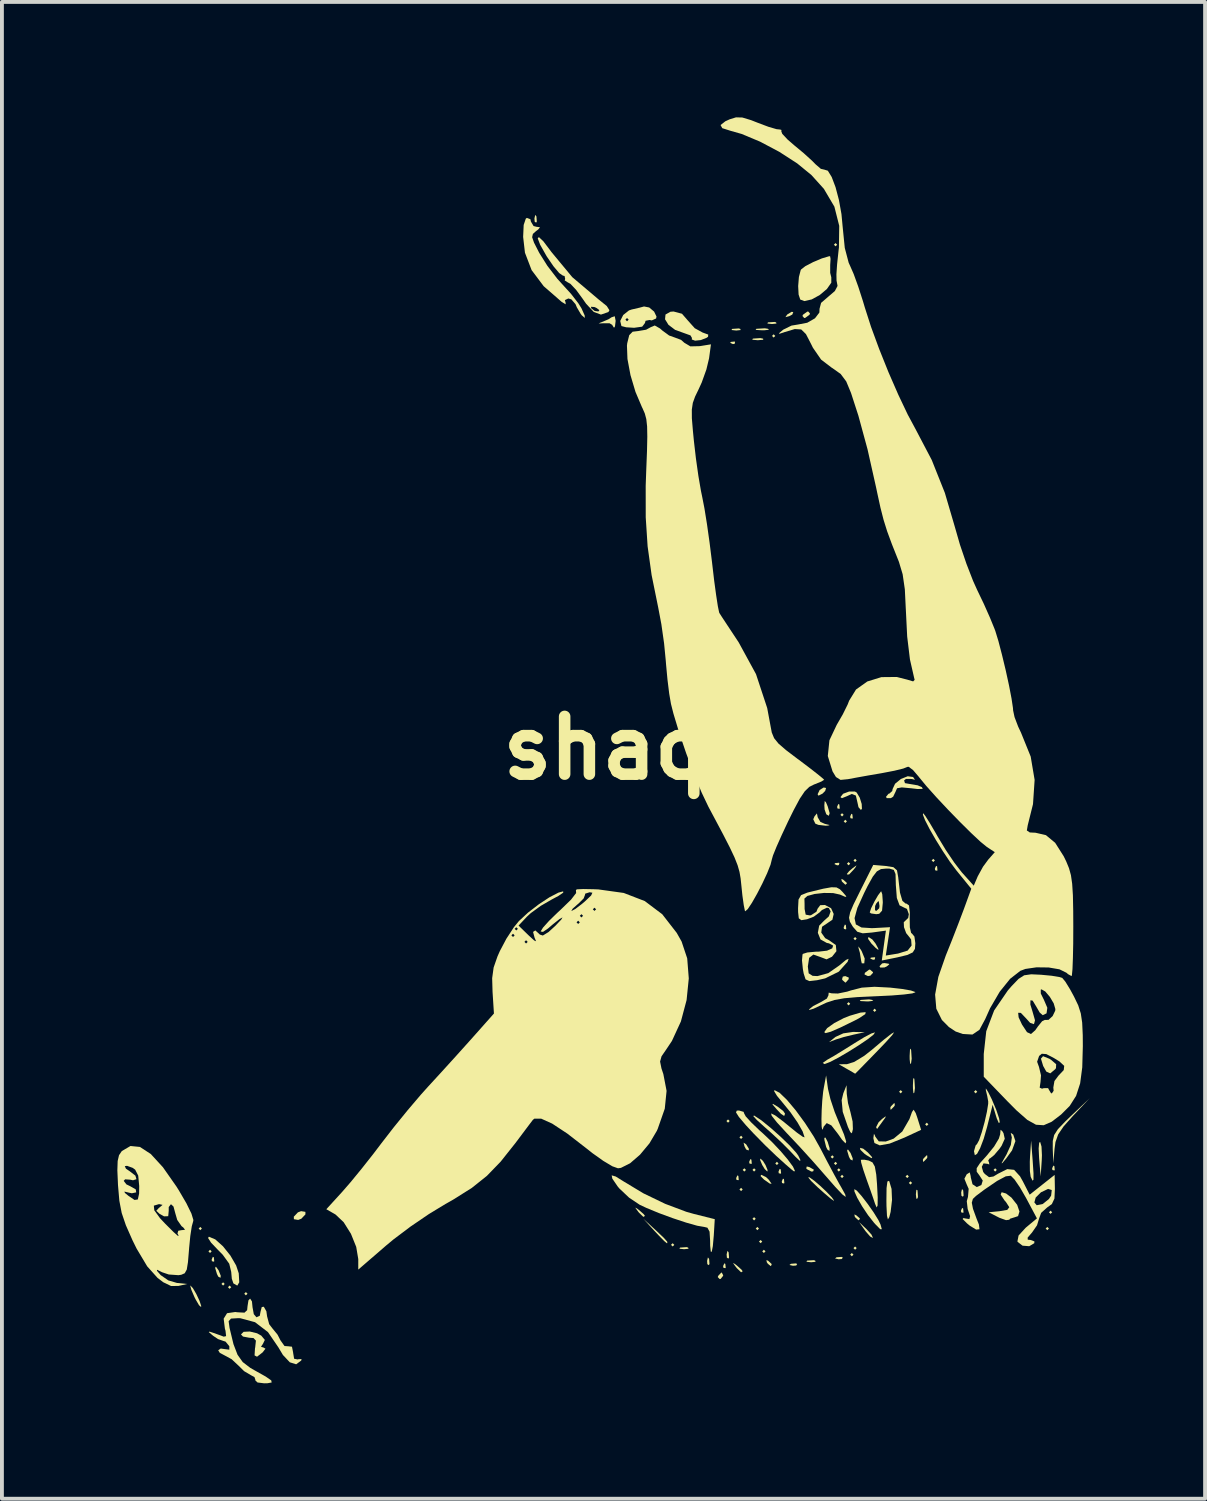
<source format=kicad_pcb>
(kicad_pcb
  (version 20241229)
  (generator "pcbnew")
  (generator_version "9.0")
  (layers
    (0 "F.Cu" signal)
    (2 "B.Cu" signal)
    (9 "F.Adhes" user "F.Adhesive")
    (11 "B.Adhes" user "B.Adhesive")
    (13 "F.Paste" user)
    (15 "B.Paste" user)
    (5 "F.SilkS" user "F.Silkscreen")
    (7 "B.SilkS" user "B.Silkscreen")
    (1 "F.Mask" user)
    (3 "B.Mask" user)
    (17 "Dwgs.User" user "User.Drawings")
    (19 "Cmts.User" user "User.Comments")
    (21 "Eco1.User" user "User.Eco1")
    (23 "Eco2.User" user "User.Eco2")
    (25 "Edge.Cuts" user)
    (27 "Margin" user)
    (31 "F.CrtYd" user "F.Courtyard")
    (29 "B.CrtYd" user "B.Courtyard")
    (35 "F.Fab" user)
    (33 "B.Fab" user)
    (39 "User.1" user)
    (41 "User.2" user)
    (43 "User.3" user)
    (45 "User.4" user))
  (footprint "shaq"
    (layer "F.Cu")
    (at 12.696 16.391)
    (property "Reference" "shaq" (at 0 0 0) (layer "F.SilkS") (effects (font (size 1.5 1.5) (thickness 0.3))))
    (attr board_only exclude_from_pos_files exclude_from_bom)
    (fp_poly (pts (xy -10.499 12.488) (xy -10.541 12.531) (xy -10.583 12.488) (xy -10.541 12.446)) (stroke (width 0) (type solid)) (fill yes) (layer "F.SilkS"))
    (fp_poly (pts (xy -10.245 13.081) (xy -10.287 13.123) (xy -10.329 13.081) (xy -10.287 13.039)) (stroke (width 0) (type solid)) (fill yes) (layer "F.SilkS"))
    (fp_poly (pts (xy -9.906 13.928) (xy -9.948 13.97) (xy -9.991 13.928) (xy -9.948 13.885)) (stroke (width 0) (type solid)) (fill yes) (layer "F.SilkS"))
    (fp_poly (pts (xy -9.737 14.012) (xy -9.779 14.055) (xy -9.821 14.012) (xy -9.779 13.97)) (stroke (width 0) (type solid)) (fill yes) (layer "F.SilkS"))
    (fp_poly (pts (xy -9.313 14.182) (xy -9.356 14.224) (xy -9.398 14.182) (xy -9.356 14.139)) (stroke (width 0) (type solid)) (fill yes) (layer "F.SilkS"))
    (fp_poly (pts (xy 1.778 12.912) (xy 1.736 12.954) (xy 1.693 12.912) (xy 1.736 12.869)) (stroke (width 0) (type solid)) (fill yes) (layer "F.SilkS"))
    (fp_poly (pts (xy 3.217 9.694) (xy 3.175 9.737) (xy 3.133 9.694) (xy 3.175 9.652)) (stroke (width 0) (type solid)) (fill yes) (layer "F.SilkS"))
    (fp_poly (pts (xy 3.556 10.118) (xy 3.514 10.16) (xy 3.471 10.118) (xy 3.514 10.075)) (stroke (width 0) (type solid)) (fill yes) (layer "F.SilkS"))
    (fp_poly (pts (xy 3.556 11.472) (xy 3.514 11.515) (xy 3.471 11.472) (xy 3.514 11.43)) (stroke (width 0) (type solid)) (fill yes) (layer "F.SilkS"))
    (fp_poly (pts (xy 3.641 10.964) (xy 3.598 11.007) (xy 3.556 10.964) (xy 3.598 10.922)) (stroke (width 0) (type solid)) (fill yes) (layer "F.SilkS"))
    (fp_poly (pts (xy 3.895 10.964) (xy 3.852 11.007) (xy 3.81 10.964) (xy 3.852 10.922)) (stroke (width 0) (type solid)) (fill yes) (layer "F.SilkS"))
    (fp_poly (pts (xy 3.895 12.234) (xy 3.852 12.277) (xy 3.81 12.234) (xy 3.852 12.192)) (stroke (width 0) (type solid)) (fill yes) (layer "F.SilkS"))
    (fp_poly (pts (xy 3.979 12.488) (xy 3.937 12.531) (xy 3.895 12.488) (xy 3.937 12.446)) (stroke (width 0) (type solid)) (fill yes) (layer "F.SilkS"))
    (fp_poly (pts (xy 4.064 12.827) (xy 4.022 12.869) (xy 3.979 12.827) (xy 4.022 12.785)) (stroke (width 0) (type solid)) (fill yes) (layer "F.SilkS"))
    (fp_poly (pts (xy 4.149 13.081) (xy 4.106 13.123) (xy 4.064 13.081) (xy 4.106 13.039)) (stroke (width 0) (type solid)) (fill yes) (layer "F.SilkS"))
    (fp_poly (pts (xy 4.403 -10.71) (xy 4.36 -10.668) (xy 4.318 -10.71) (xy 4.36 -10.753)) (stroke (width 0) (type solid)) (fill yes) (layer "F.SilkS"))
    (fp_poly (pts (xy 4.487 10.795) (xy 4.445 10.837) (xy 4.403 10.795) (xy 4.445 10.753)) (stroke (width 0) (type solid)) (fill yes) (layer "F.SilkS"))
    (fp_poly (pts (xy 5.927 10.626) (xy 5.884 10.668) (xy 5.842 10.626) (xy 5.884 10.583)) (stroke (width 0) (type solid)) (fill yes) (layer "F.SilkS"))
    (fp_poly (pts (xy 6.011 -13.081) (xy 5.969 -13.039) (xy 5.927 -13.081) (xy 5.969 -13.123)) (stroke (width 0) (type solid)) (fill yes) (layer "F.SilkS"))
    (fp_poly (pts (xy 6.011 10.795) (xy 5.969 10.837) (xy 5.927 10.795) (xy 5.969 10.753)) (stroke (width 0) (type solid)) (fill yes) (layer "F.SilkS"))
    (fp_poly (pts (xy 6.096 10.964) (xy 6.054 11.007) (xy 6.011 10.964) (xy 6.054 10.922)) (stroke (width 0) (type solid)) (fill yes) (layer "F.SilkS"))
    (fp_poly (pts (xy 6.181 1.736) (xy 6.138 1.778) (xy 6.096 1.736) (xy 6.138 1.693)) (stroke (width 0) (type solid)) (fill yes) (layer "F.SilkS"))
    (fp_poly (pts (xy 6.181 11.134) (xy 6.138 11.176) (xy 6.096 11.134) (xy 6.138 11.091)) (stroke (width 0) (type solid)) (fill yes) (layer "F.SilkS"))
    (fp_poly (pts (xy 6.265 1.905) (xy 6.223 1.947) (xy 6.181 1.905) (xy 6.223 1.863)) (stroke (width 0) (type solid)) (fill yes) (layer "F.SilkS"))
    (fp_poly (pts (xy 6.35 3.006) (xy 6.308 3.048) (xy 6.265 3.006) (xy 6.308 2.963)) (stroke (width 0) (type solid)) (fill yes) (layer "F.SilkS"))
    (fp_poly (pts (xy 6.35 6.646) (xy 6.308 6.689) (xy 6.265 6.646) (xy 6.308 6.604)) (stroke (width 0) (type solid)) (fill yes) (layer "F.SilkS"))
    (fp_poly (pts (xy 6.435 13.166) (xy 6.392 13.208) (xy 6.35 13.166) (xy 6.392 13.123)) (stroke (width 0) (type solid)) (fill yes) (layer "F.SilkS"))
    (fp_poly (pts (xy 6.519 2.921) (xy 6.477 2.963) (xy 6.435 2.921) (xy 6.477 2.879)) (stroke (width 0) (type solid)) (fill yes) (layer "F.SilkS"))
    (fp_poly (pts (xy 6.519 4.953) (xy 6.477 4.995) (xy 6.435 4.953) (xy 6.477 4.911)) (stroke (width 0) (type solid)) (fill yes) (layer "F.SilkS"))
    (fp_poly (pts (xy 6.519 12.996) (xy 6.477 13.039) (xy 6.435 12.996) (xy 6.477 12.954)) (stroke (width 0) (type solid)) (fill yes) (layer "F.SilkS"))
    (fp_poly (pts (xy 7.027 6.816) (xy 6.985 6.858) (xy 6.943 6.816) (xy 6.985 6.773)) (stroke (width 0) (type solid)) (fill yes) (layer "F.SilkS"))
    (fp_poly (pts (xy 7.705 8.932) (xy 7.662 8.975) (xy 7.62 8.932) (xy 7.662 8.89)) (stroke (width 0) (type solid)) (fill yes) (layer "F.SilkS"))
    (fp_poly (pts (xy 7.874 11.134) (xy 7.832 11.176) (xy 7.789 11.134) (xy 7.832 11.091)) (stroke (width 0) (type solid)) (fill yes) (layer "F.SilkS"))
    (fp_poly (pts (xy 7.959 11.303) (xy 7.916 11.345) (xy 7.874 11.303) (xy 7.916 11.261)) (stroke (width 0) (type solid)) (fill yes) (layer "F.SilkS"))
    (fp_poly (pts (xy 8.382 9.779) (xy 8.34 9.821) (xy 8.297 9.779) (xy 8.34 9.737)) (stroke (width 0) (type solid)) (fill yes) (layer "F.SilkS"))
    (fp_poly (pts (xy 8.551 2.921) (xy 8.509 2.963) (xy 8.467 2.921) (xy 8.509 2.879)) (stroke (width 0) (type solid)) (fill yes) (layer "F.SilkS"))
    (fp_poly (pts (xy 9.652 8.932) (xy 9.61 8.975) (xy 9.567 8.932) (xy 9.61 8.89)) (stroke (width 0) (type solid)) (fill yes) (layer "F.SilkS"))
    (fp_poly (pts (xy 10.16 10.964) (xy 10.118 11.007) (xy 10.075 10.964) (xy 10.118 10.922)) (stroke (width 0) (type solid)) (fill yes) (layer "F.SilkS"))
    (fp_poly (pts (xy 11.515 12.488) (xy 11.472 12.531) (xy 11.43 12.488) (xy 11.472 12.446)) (stroke (width 0) (type solid)) (fill yes) (layer "F.SilkS"))
    (fp_poly (pts (xy 11.599 12.065) (xy 11.557 12.107) (xy 11.515 12.065) (xy 11.557 12.023)) (stroke (width 0) (type solid)) (fill yes) (layer "F.SilkS"))
    (fp_poly (pts (xy -10.188 13.236) (xy -10.178 13.337) (xy -10.188 13.349) (xy -10.239 13.337) (xy -10.245 13.293) (xy -10.214 13.223)) (stroke (width 0) (type solid)) (fill yes) (layer "F.SilkS"))
    (fp_poly (pts (xy -1.805 -13.817) (xy -1.795 -13.684) (xy -1.812 -13.654) (xy -1.85 -13.68) (xy -1.856 -13.765) (xy -1.835 -13.856)) (stroke (width 0) (type solid)) (fill yes) (layer "F.SilkS"))
    (fp_poly (pts (xy 2.138 12.983) (xy 2.148 13.013) (xy 2.032 13.025) (xy 1.912 13.012) (xy 1.926 12.983) (xy 2.1 12.971)) (stroke (width 0) (type solid)) (fill yes) (layer "F.SilkS"))
    (fp_poly (pts (xy 2.683 13.277) (xy 2.693 13.409) (xy 2.676 13.439) (xy 2.637 13.414) (xy 2.631 13.328) (xy 2.652 13.238)) (stroke (width 0) (type solid)) (fill yes) (layer "F.SilkS"))
    (fp_poly (pts (xy 3.104 13.406) (xy 3.115 13.506) (xy 3.104 13.518) (xy 3.054 13.507) (xy 3.048 13.462) (xy 3.079 13.392)) (stroke (width 0) (type solid)) (fill yes) (layer "F.SilkS"))
    (fp_poly (pts (xy 3.191 13.107) (xy 3.201 13.24) (xy 3.184 13.27) (xy 3.145 13.244) (xy 3.139 13.159) (xy 3.16 13.068)) (stroke (width 0) (type solid)) (fill yes) (layer "F.SilkS"))
    (fp_poly (pts (xy 3.358 -10.555) (xy 3.347 -10.505) (xy 3.302 -10.499) (xy 3.232 -10.53) (xy 3.246 -10.555) (xy 3.346 -10.565)) (stroke (width 0) (type solid)) (fill yes) (layer "F.SilkS"))
    (fp_poly (pts (xy 3.443 11.12) (xy 3.453 11.22) (xy 3.443 11.232) (xy 3.393 11.221) (xy 3.387 11.176) (xy 3.418 11.106)) (stroke (width 0) (type solid)) (fill yes) (layer "F.SilkS"))
    (fp_poly (pts (xy 3.493 -10.893) (xy 3.503 -10.863) (xy 3.387 -10.851) (xy 3.266 -10.864) (xy 3.281 -10.893) (xy 3.454 -10.905)) (stroke (width 0) (type solid)) (fill yes) (layer "F.SilkS"))
    (fp_poly (pts (xy 3.782 10.696) (xy 3.792 10.797) (xy 3.782 10.809) (xy 3.731 10.797) (xy 3.725 10.753) (xy 3.756 10.683)) (stroke (width 0) (type solid)) (fill yes) (layer "F.SilkS"))
    (fp_poly (pts (xy 4.424 -11.063) (xy 4.434 -11.032) (xy 4.318 -11.02) (xy 4.198 -11.033) (xy 4.212 -11.063) (xy 4.386 -11.074)) (stroke (width 0) (type solid)) (fill yes) (layer "F.SilkS"))
    (fp_poly (pts (xy 4.544 10.95) (xy 4.554 11.051) (xy 4.544 11.063) (xy 4.493 11.051) (xy 4.487 11.007) (xy 4.518 10.937)) (stroke (width 0) (type solid)) (fill yes) (layer "F.SilkS"))
    (fp_poly (pts (xy 4.628 11.204) (xy 4.639 11.305) (xy 4.628 11.317) (xy 4.578 11.305) (xy 4.572 11.261) (xy 4.603 11.191)) (stroke (width 0) (type solid)) (fill yes) (layer "F.SilkS"))
    (fp_poly (pts (xy 4.972 13.411) (xy 4.947 13.449) (xy 4.861 13.455) (xy 4.771 13.435) (xy 4.81 13.404) (xy 4.942 13.394)) (stroke (width 0) (type solid)) (fill yes) (layer "F.SilkS"))
    (fp_poly (pts (xy 5.44 13.321) (xy 5.45 13.352) (xy 5.334 13.364) (xy 5.214 13.351) (xy 5.228 13.321) (xy 5.402 13.31)) (stroke (width 0) (type solid)) (fill yes) (layer "F.SilkS"))
    (fp_poly (pts (xy 6.068 1.468) (xy 6.078 1.568) (xy 6.068 1.58) (xy 6.017 1.569) (xy 6.011 1.524) (xy 6.042 1.454)) (stroke (width 0) (type solid)) (fill yes) (layer "F.SilkS"))
    (fp_poly (pts (xy 6.068 2.992) (xy 6.056 3.042) (xy 6.011 3.048) (xy 5.942 3.017) (xy 5.955 2.992) (xy 6.055 2.981)) (stroke (width 0) (type solid)) (fill yes) (layer "F.SilkS"))
    (fp_poly (pts (xy 6.158 13.242) (xy 6.132 13.28) (xy 6.047 13.286) (xy 5.956 13.265) (xy 5.995 13.235) (xy 6.128 13.225)) (stroke (width 0) (type solid)) (fill yes) (layer "F.SilkS"))
    (fp_poly (pts (xy 6.237 4.6) (xy 6.247 4.701) (xy 6.237 4.713) (xy 6.187 4.701) (xy 6.181 4.657) (xy 6.212 4.587)) (stroke (width 0) (type solid)) (fill yes) (layer "F.SilkS"))
    (fp_poly (pts (xy 6.406 1.722) (xy 6.417 1.822) (xy 6.406 1.834) (xy 6.356 1.823) (xy 6.35 1.778) (xy 6.381 1.708)) (stroke (width 0) (type solid)) (fill yes) (layer "F.SilkS"))
    (fp_poly (pts (xy 6.999 5.447) (xy 6.987 5.497) (xy 6.943 5.503) (xy 6.873 5.472) (xy 6.886 5.447) (xy 6.987 5.437)) (stroke (width 0) (type solid)) (fill yes) (layer "F.SilkS"))
    (fp_poly (pts (xy 8.099 11.493) (xy 8.111 11.667) (xy 8.099 11.705) (xy 8.069 11.716) (xy 8.057 11.599) (xy 8.07 11.479)) (stroke (width 0) (type solid)) (fill yes) (layer "F.SilkS"))
    (fp_poly (pts (xy 8.608 3.076) (xy 8.618 3.177) (xy 8.608 3.189) (xy 8.557 3.177) (xy 8.551 3.133) (xy 8.582 3.063)) (stroke (width 0) (type solid)) (fill yes) (layer "F.SilkS"))
    (fp_poly (pts (xy 9.285 11.966) (xy 9.295 12.067) (xy 9.285 12.079) (xy 9.235 12.067) (xy 9.229 12.023) (xy 9.26 11.953)) (stroke (width 0) (type solid)) (fill yes) (layer "F.SilkS"))
    (fp_poly (pts (xy 9.287 11.499) (xy 9.297 11.631) (xy 9.28 11.661) (xy 9.241 11.636) (xy 9.235 11.55) (xy 9.256 11.46)) (stroke (width 0) (type solid)) (fill yes) (layer "F.SilkS"))
    (fp_poly (pts (xy 11.656 10.866) (xy 11.666 10.966) (xy 11.656 10.978) (xy 11.605 10.967) (xy 11.599 10.922) (xy 11.63 10.852)) (stroke (width 0) (type solid)) (fill yes) (layer "F.SilkS"))
    (fp_poly (pts (xy -10.065 13.574) (xy -10.009 13.714) (xy -10.015 13.768) (xy -10.073 13.738) (xy -10.107 13.67) (xy -10.155 13.51) (xy -10.135 13.478)) (stroke (width 0) (type solid)) (fill yes) (layer "F.SilkS"))
    (fp_poly (pts (xy 3.64 10.296) (xy 3.651 10.307) (xy 3.718 10.418) (xy 3.709 10.459) (xy 3.646 10.433) (xy 3.604 10.354) (xy 3.578 10.255)) (stroke (width 0) (type solid)) (fill yes) (layer "F.SilkS"))
    (fp_poly (pts (xy 4.162 11.15) (xy 4.233 11.218) (xy 4.308 11.326) (xy 4.259 11.319) (xy 4.111 11.216) (xy 4.02 11.124) (xy 4.037 11.091)) (stroke (width 0) (type solid)) (fill yes) (layer "F.SilkS"))
    (fp_poly (pts (xy 4.22 13.327) (xy 4.311 13.412) (xy 4.292 13.461) (xy 4.281 13.462) (xy 4.209 13.402) (xy 4.183 13.364) (xy 4.173 13.306)) (stroke (width 0) (type solid)) (fill yes) (layer "F.SilkS"))
    (fp_poly (pts (xy 4.871 -11.329) (xy 4.845 -11.266) (xy 4.766 -11.224) (xy 4.667 -11.198) (xy 4.708 -11.26) (xy 4.719 -11.271) (xy 4.83 -11.338)) (stroke (width 0) (type solid)) (fill yes) (layer "F.SilkS"))
    (fp_poly (pts (xy 5.287 10.89) (xy 5.406 10.958) (xy 5.386 11.002) (xy 5.339 11.007) (xy 5.224 10.945) (xy 5.208 10.923) (xy 5.221 10.875)) (stroke (width 0) (type solid)) (fill yes) (layer "F.SilkS"))
    (fp_poly (pts (xy 5.723 1.038) (xy 5.7 1.114) (xy 5.632 1.184) (xy 5.526 1.238) (xy 5.503 1.201) (xy 5.556 1.09) (xy 5.661 1.025)) (stroke (width 0) (type solid)) (fill yes) (layer "F.SilkS"))
    (fp_poly (pts (xy 6.168 3.421) (xy 6.258 3.5) (xy 6.265 3.519) (xy 6.225 3.553) (xy 6.141 3.475) (xy 6.13 3.458) (xy 6.12 3.4)) (stroke (width 0) (type solid)) (fill yes) (layer "F.SilkS"))
    (fp_poly (pts (xy 6.36 10.526) (xy 6.416 10.666) (xy 6.411 10.72) (xy 6.353 10.69) (xy 6.318 10.622) (xy 6.27 10.462) (xy 6.29 10.43)) (stroke (width 0) (type solid)) (fill yes) (layer "F.SilkS"))
    (fp_poly (pts (xy 6.506 12.142) (xy 6.596 12.22) (xy 6.604 12.239) (xy 6.564 12.274) (xy 6.48 12.196) (xy 6.469 12.179) (xy 6.459 12.121)) (stroke (width 0) (type solid)) (fill yes) (layer "F.SilkS"))
    (fp_poly (pts (xy -7.809 12.054) (xy -7.808 12.12) (xy -7.915 12.233) (xy -7.997 12.264) (xy -8.108 12.245) (xy -8.11 12.179) (xy -8.003 12.067) (xy -7.921 12.036)) (stroke (width 0) (type solid)) (fill yes) (layer "F.SilkS"))
    (fp_poly (pts (xy 0.806 11.965) (xy 0.868 12.012) (xy 0.985 12.116) (xy 1.016 12.16) (xy 0.975 12.185) (xy 0.862 12.077) (xy 0.836 12.044) (xy 0.763 11.944)) (stroke (width 0) (type solid)) (fill yes) (layer "F.SilkS"))
    (fp_poly (pts (xy 3.047 13.697) (xy 3.048 13.716) (xy 2.983 13.797) (xy 2.958 13.801) (xy 2.908 13.749) (xy 2.921 13.716) (xy 2.997 13.635) (xy 3.011 13.631)) (stroke (width 0) (type solid)) (fill yes) (layer "F.SilkS"))
    (fp_poly (pts (xy 3.346 13.404) (xy 3.408 13.451) (xy 3.525 13.556) (xy 3.556 13.599) (xy 3.515 13.625) (xy 3.402 13.516) (xy 3.376 13.483) (xy 3.303 13.383)) (stroke (width 0) (type solid)) (fill yes) (layer "F.SilkS"))
    (fp_poly (pts (xy 4.084 10.733) (xy 4.149 10.837) (xy 4.203 10.968) (xy 4.197 11.007) (xy 4.129 10.942) (xy 4.064 10.837) (xy 4.009 10.706) (xy 4.016 10.668)) (stroke (width 0) (type solid)) (fill yes) (layer "F.SilkS"))
    (fp_poly (pts (xy 4.087 -10.639) (xy 4.09 -10.611) (xy 3.957 -10.6) (xy 3.937 -10.6) (xy 3.806 -10.612) (xy 3.818 -10.638) (xy 3.833 -10.642) (xy 4.017 -10.654)) (stroke (width 0) (type solid)) (fill yes) (layer "F.SilkS"))
    (fp_poly (pts (xy 4.212 -10.896) (xy 4.239 -10.871) (xy 4.121 -10.858) (xy 4.064 -10.857) (xy 3.91 -10.866) (xy 3.892 -10.888) (xy 3.916 -10.896) (xy 4.131 -10.909)) (stroke (width 0) (type solid)) (fill yes) (layer "F.SilkS"))
    (fp_poly (pts (xy 4.466 9.322) (xy 4.608 9.431) (xy 4.657 9.503) (xy 4.634 9.562) (xy 4.55 9.506) (xy 4.437 9.386) (xy 4.33 9.261) (xy 4.342 9.248)) (stroke (width 0) (type solid)) (fill yes) (layer "F.SilkS"))
    (fp_poly (pts (xy 5.305 -11.293) (xy 5.292 -11.261) (xy 5.18 -11.179) (xy 5.155 -11.176) (xy 5.109 -11.228) (xy 5.122 -11.261) (xy 5.234 -11.342) (xy 5.259 -11.345)) (stroke (width 0) (type solid)) (fill yes) (layer "F.SilkS"))
    (fp_poly (pts (xy 5.721 1.412) (xy 5.765 1.515) (xy 5.816 1.693) (xy 5.794 1.761) (xy 5.729 1.722) (xy 5.685 1.599) (xy 5.678 1.489) (xy 5.688 1.376)) (stroke (width 0) (type solid)) (fill yes) (layer "F.SilkS"))
    (fp_poly (pts (xy 5.765 10.236) (xy 5.814 10.399) (xy 5.812 10.472) (xy 5.759 10.437) (xy 5.725 10.368) (xy 5.681 10.192) (xy 5.678 10.132) (xy 5.707 10.123)) (stroke (width 0) (type solid)) (fill yes) (layer "F.SilkS"))
    (fp_poly (pts (xy 6.314 5.966) (xy 6.308 6.011) (xy 6.235 6.092) (xy 6.223 6.096) (xy 6.156 6.037) (xy 6.138 6.011) (xy 6.158 5.94) (xy 6.223 5.927)) (stroke (width 0) (type solid)) (fill yes) (layer "F.SilkS"))
    (fp_poly (pts (xy 6.493 3.092) (xy 6.445 3.154) (xy 6.322 3.285) (xy 6.267 3.285) (xy 6.265 3.27) (xy 6.323 3.199) (xy 6.413 3.122) (xy 6.514 3.049)) (stroke (width 0) (type solid)) (fill yes) (layer "F.SilkS"))
    (fp_poly (pts (xy 6.688 10.412) (xy 6.809 10.51) (xy 6.922 10.636) (xy 6.905 10.66) (xy 6.768 10.578) (xy 6.726 10.548) (xy 6.616 10.443) (xy 6.604 10.39)) (stroke (width 0) (type solid)) (fill yes) (layer "F.SilkS"))
    (fp_poly (pts (xy 6.778 12.507) (xy 6.903 12.645) (xy 6.94 12.729) (xy 6.938 12.732) (xy 6.87 12.696) (xy 6.753 12.562) (xy 6.74 12.544) (xy 6.58 12.319)) (stroke (width 0) (type solid)) (fill yes) (layer "F.SilkS"))
    (fp_poly (pts (xy 6.921 6.546) (xy 6.948 6.57) (xy 6.831 6.584) (xy 6.773 6.584) (xy 6.619 6.576) (xy 6.601 6.554) (xy 6.625 6.546) (xy 6.84 6.532)) (stroke (width 0) (type solid)) (fill yes) (layer "F.SilkS"))
    (fp_poly (pts (xy 6.925 4.975) (xy 7.008 5.08) (xy 7.078 5.209) (xy 7.084 5.249) (xy 7.011 5.194) (xy 6.9 5.08) (xy 6.814 4.958) (xy 6.825 4.911)) (stroke (width 0) (type solid)) (fill yes) (layer "F.SilkS"))
    (fp_poly (pts (xy 6.94 5.822) (xy 6.943 5.842) (xy 6.874 5.916) (xy 6.811 5.927) (xy 6.723 5.886) (xy 6.731 5.842) (xy 6.839 5.761) (xy 6.863 5.757)) (stroke (width 0) (type solid)) (fill yes) (layer "F.SilkS"))
    (fp_poly (pts (xy 7.352 5.606) (xy 7.366 5.621) (xy 7.3 5.676) (xy 7.239 5.703) (xy 7.13 5.705) (xy 7.112 5.67) (xy 7.181 5.597) (xy 7.239 5.588)) (stroke (width 0) (type solid)) (fill yes) (layer "F.SilkS"))
    (fp_poly (pts (xy 7.509 9.283) (xy 7.493 9.313) (xy 7.413 9.394) (xy 7.398 9.398) (xy 7.393 9.343) (xy 7.408 9.313) (xy 7.488 9.232) (xy 7.503 9.229)) (stroke (width 0) (type solid)) (fill yes) (layer "F.SilkS"))
    (fp_poly (pts (xy 7.934 7.854) (xy 7.948 8.074) (xy 7.932 8.192) (xy 7.909 8.212) (xy 7.896 8.091) (xy 7.895 8.001) (xy 7.904 7.837) (xy 7.923 7.812)) (stroke (width 0) (type solid)) (fill yes) (layer "F.SilkS"))
    (fp_poly (pts (xy 8.019 8.616) (xy 8.032 8.836) (xy 8.017 8.954) (xy 7.994 8.974) (xy 7.981 8.853) (xy 7.98 8.763) (xy 7.988 8.599) (xy 8.007 8.574)) (stroke (width 0) (type solid)) (fill yes) (layer "F.SilkS"))
    (fp_poly (pts (xy 8.355 10.638) (xy 8.34 10.668) (xy 8.26 10.749) (xy 8.245 10.753) (xy 8.239 10.698) (xy 8.255 10.668) (xy 8.335 10.587) (xy 8.35 10.583)) (stroke (width 0) (type solid)) (fill yes) (layer "F.SilkS"))
    (fp_poly (pts (xy 11.322 10.356) (xy 11.333 10.58) (xy 11.328 10.72) (xy 11.3 11.134) (xy 11.259 10.651) (xy 11.248 10.405) (xy 11.261 10.258) (xy 11.287 10.237)) (stroke (width 0) (type solid)) (fill yes) (layer "F.SilkS"))
    (fp_poly (pts (xy 1.291 12.526) (xy 1.498 12.721) (xy 1.594 12.828) (xy 1.598 12.867) (xy 1.583 12.869) (xy 1.516 12.813) (xy 1.374 12.668) (xy 1.265 12.552) (xy 0.974 12.234)) (stroke (width 0) (type solid)) (fill yes) (layer "F.SilkS"))
    (fp_poly (pts (xy 7.261 9.609) (xy 7.199 9.694) (xy 7.095 9.837) (xy 7.051 9.899) (xy 7.028 9.871) (xy 7.027 9.846) (xy 7.087 9.728) (xy 7.176 9.641) (xy 7.275 9.569)) (stroke (width 0) (type solid)) (fill yes) (layer "F.SilkS"))
    (fp_poly (pts (xy 11.093 10.732) (xy 11.114 11.053) (xy 11.113 11.219) (xy 11.089 11.244) (xy 11.041 11.144) (xy 11.02 10.995) (xy 11.018 10.749) (xy 11.024 10.615) (xy 11.052 10.202)) (stroke (width 0) (type solid)) (fill yes) (layer "F.SilkS"))
    (fp_poly (pts (xy 6.435 7.378) (xy 6.731 7.385) (xy 6.435 7.449) (xy 6.182 7.511) (xy 5.976 7.575) (xy 5.969 7.578) (xy 5.8 7.643) (xy 5.969 7.507) (xy 6.171 7.415) (xy 6.425 7.378)) (stroke (width 0) (type solid)) (fill yes) (layer "F.SilkS"))
    (fp_poly (pts (xy 6.624 5.238) (xy 6.649 5.28) (xy 6.727 5.471) (xy 6.716 5.594) (xy 6.714 5.596) (xy 6.651 5.595) (xy 6.634 5.523) (xy 6.601 5.318) (xy 6.569 5.207) (xy 6.563 5.155)) (stroke (width 0) (type solid)) (fill yes) (layer "F.SilkS"))
    (fp_poly (pts (xy 11.526 8.075) (xy 11.568 8.101) (xy 11.703 8.217) (xy 11.698 8.32) (xy 11.675 8.35) (xy 11.549 8.455) (xy 11.447 8.409) (xy 11.365 8.263) (xy 11.307 8.073) (xy 11.362 8.009)) (stroke (width 0) (type solid)) (fill yes) (layer "F.SilkS"))
    (fp_poly (pts (xy -10.733 14.037) (xy -10.643 14.192) (xy -10.56 14.369) (xy -10.517 14.5) (xy -10.52 14.527) (xy -10.573 14.481) (xy -10.664 14.326) (xy -10.694 14.265) (xy -10.774 14.078) (xy -10.801 13.976) (xy -10.796 13.97)) (stroke (width 0) (type solid)) (fill yes) (layer "F.SilkS"))
    (fp_poly (pts (xy 5.413 11.243) (xy 5.576 11.383) (xy 5.742 11.54) (xy 5.873 11.678) (xy 5.929 11.758) (xy 5.921 11.765) (xy 5.844 11.711) (xy 5.681 11.573) (xy 5.503 11.414) (xy 5.334 11.251) (xy 5.258 11.158) (xy 5.292 11.157)) (stroke (width 0) (type solid)) (fill yes) (layer "F.SilkS"))
    (fp_poly (pts (xy 5.502 1.78) (xy 5.502 1.793) (xy 5.576 1.92) (xy 5.694 1.972) (xy 5.816 2.001) (xy 5.776 2.015) (xy 5.715 2.019) (xy 5.523 1.997) (xy 5.444 1.965) (xy 5.39 1.852) (xy 5.422 1.776) (xy 5.485 1.699)) (stroke (width 0) (type solid)) (fill yes) (layer "F.SilkS"))
    (fp_poly (pts (xy 6.26 8.983) (xy 6.293 9.227) (xy 6.357 9.465) (xy 6.413 9.707) (xy 6.42 9.905) (xy 6.394 10.013) (xy 6.353 9.982) (xy 6.291 9.847) (xy 6.156 9.455) (xy 6.128 9.152) (xy 6.171 8.973) (xy 6.255 8.763)) (stroke (width 0) (type solid)) (fill yes) (layer "F.SilkS"))
    (fp_poly (pts (xy 7.366 11.261) (xy 7.425 11.458) (xy 7.437 11.746) (xy 7.401 12.054) (xy 7.366 12.192) (xy 7.33 12.251) (xy 7.306 12.157) (xy 7.293 11.904) (xy 7.291 11.769) (xy 7.295 11.436) (xy 7.317 11.265) (xy 7.357 11.249)) (stroke (width 0) (type solid)) (fill yes) (layer "F.SilkS"))
    (fp_poly (pts (xy 10.587 10.046) (xy 10.644 10.215) (xy 10.557 10.455) (xy 10.404 10.668) (xy 10.303 10.787) (xy 10.284 10.791) (xy 10.351 10.669) (xy 10.414 10.56) (xy 10.525 10.314) (xy 10.551 10.122) (xy 10.544 10.094) (xy 10.522 10.001)) (stroke (width 0) (type solid)) (fill yes) (layer "F.SilkS"))
    (fp_poly (pts (xy 0.254 -11.102) (xy 0.237 -10.958) (xy 0.212 -10.922) (xy 0.17 -10.986) (xy 0.169 -10.995) (xy 0.097 -11.039) (xy -0.064 -11.04) (xy -0.185 -11.033) (xy -0.147 -11.055) (xy -0.127 -11.061) (xy 0.067 -11.143) (xy 0.148 -11.195) (xy 0.231 -11.222)) (stroke (width 0) (type solid)) (fill yes) (layer "F.SilkS"))
    (fp_poly (pts (xy 6.742 6.915) (xy 6.579 7.023) (xy 6.477 7.077) (xy 6.095 7.264) (xy 5.845 7.373) (xy 5.71 7.409) (xy 5.675 7.385) (xy 5.75 7.28) (xy 5.936 7.148) (xy 6.183 7.019) (xy 6.341 6.957) (xy 6.616 6.876) (xy 6.752 6.864)) (stroke (width 0) (type solid)) (fill yes) (layer "F.SilkS"))
    (fp_poly (pts (xy 12.133 9.567) (xy 11.895 9.835) (xy 11.755 10.042) (xy 11.685 10.24) (xy 11.661 10.414) (xy 11.629 10.795) (xy 11.614 10.411) (xy 11.615 10.211) (xy 11.651 10.057) (xy 11.748 9.906) (xy 11.932 9.713) (xy 12.086 9.564) (xy 12.573 9.102)) (stroke (width 0) (type solid)) (fill yes) (layer "F.SilkS"))
    (fp_poly (pts (xy 6.518 1.156) (xy 6.598 1.29) (xy 6.649 1.454) (xy 6.655 1.58) (xy 6.628 1.609) (xy 6.565 1.537) (xy 6.542 1.43) (xy 6.497 1.235) (xy 6.392 1.193) (xy 6.261 1.253) (xy 6.135 1.303) (xy 6.096 1.276) (xy 6.166 1.188) (xy 6.32 1.131) (xy 6.472 1.13)) (stroke (width 0) (type solid)) (fill yes) (layer "F.SilkS"))
    (fp_poly (pts (xy 6.523 11.503) (xy 6.648 11.645) (xy 6.804 11.847) (xy 6.959 12.068) (xy 7.083 12.268) (xy 7.138 12.383) (xy 7.172 12.506) (xy 7.13 12.504) (xy 7 12.372) (xy 6.971 12.34) (xy 6.815 12.142) (xy 6.66 11.91) (xy 6.533 11.689) (xy 6.46 11.524) (xy 6.457 11.464)) (stroke (width 0) (type solid)) (fill yes) (layer "F.SilkS"))
    (fp_poly (pts (xy -10.151 12.77) (xy -9.952 12.948) (xy -9.759 13.189) (xy -9.609 13.447) (xy -9.541 13.652) (xy -9.528 13.885) (xy -9.579 13.971) (xy -9.68 13.914) (xy -9.721 13.795) (xy -9.737 13.614) (xy -9.788 13.403) (xy -9.957 13.169) (xy -10.089 13.035) (xy -10.261 12.854) (xy -10.338 12.734) (xy -10.318 12.7)) (stroke (width 0) (type solid)) (fill yes) (layer "F.SilkS"))
    (fp_poly (pts (xy 6.831 10.721) (xy 6.929 10.769) (xy 6.99 10.877) (xy 7.027 11.085) (xy 7.047 11.332) (xy 7.065 11.683) (xy 7.062 11.889) (xy 7.037 11.94) (xy 6.996 11.844) (xy 6.95 11.706) (xy 6.866 11.465) (xy 6.781 11.227) (xy 6.691 10.964) (xy 6.636 10.774) (xy 6.627 10.701) (xy 6.719 10.699)) (stroke (width 0) (type solid)) (fill yes) (layer "F.SilkS"))
    (fp_poly (pts (xy 3.859 9.555) (xy 4.037 9.672) (xy 4.278 9.867) (xy 4.54 10.1) (xy 4.779 10.331) (xy 4.95 10.521) (xy 5.001 10.593) (xy 5.059 10.715) (xy 5.04 10.728) (xy 4.931 10.626) (xy 4.784 10.47) (xy 4.578 10.263) (xy 4.309 10.012) (xy 4.106 9.832) (xy 3.922 9.665) (xy 3.831 9.565) (xy 3.851 9.551)) (stroke (width 0) (type solid)) (fill yes) (layer "F.SilkS"))
    (fp_poly (pts (xy 7.443 7.46) (xy 7.272 7.649) (xy 7.072 7.858) (xy 6.824 8.113) (xy 6.627 8.315) (xy 6.506 8.438) (xy 6.479 8.464) (xy 6.414 8.425) (xy 6.265 8.34) (xy 6.054 8.219) (xy 6.267 8.216) (xy 6.457 8.156) (xy 6.715 7.999) (xy 6.902 7.852) (xy 7.222 7.582) (xy 7.419 7.427) (xy 7.492 7.386)) (stroke (width 0) (type solid)) (fill yes) (layer "F.SilkS"))
    (fp_poly (pts (xy 6.996 7.391) (xy 6.953 7.452) (xy 6.799 7.572) (xy 6.572 7.725) (xy 6.31 7.89) (xy 6.052 8.041) (xy 5.833 8.156) (xy 5.694 8.21) (xy 5.679 8.212) (xy 5.637 8.183) (xy 5.746 8.106) (xy 5.757 8.099) (xy 5.938 7.996) (xy 6.2 7.835) (xy 6.463 7.67) (xy 6.713 7.517) (xy 6.903 7.417) (xy 6.995 7.39)) (stroke (width 0) (type solid)) (fill yes) (layer "F.SilkS"))
    (fp_poly (pts (xy 8.053 9.487) (xy 8.097 9.615) (xy 8.193 9.923) (xy 7.758 10.125) (xy 7.375 10.28) (xy 7.118 10.326) (xy 6.98 10.265) (xy 6.952 10.139) (xy 6.967 10.024) (xy 6.994 10.072) (xy 7.001 10.097) (xy 7.092 10.222) (xy 7.275 10.226) (xy 7.48 10.151) (xy 7.704 9.965) (xy 7.889 9.645) (xy 7.956 9.459) (xy 7.998 9.399)) (stroke (width 0) (type solid)) (fill yes) (layer "F.SilkS"))
    (fp_poly (pts (xy -9.066 15.21) (xy -8.956 15.271) (xy -8.863 15.382) (xy -8.91 15.48) (xy -8.963 15.562) (xy -8.901 15.579) (xy -8.847 15.61) (xy -8.92 15.706) (xy -9.066 15.819) (xy -9.13 15.785) (xy -9.119 15.601) (xy -9.114 15.579) (xy -9.095 15.401) (xy -9.157 15.334) (xy -9.273 15.325) (xy -9.431 15.295) (xy -9.483 15.24) (xy -9.415 15.172) (xy -9.255 15.164)) (stroke (width 0) (type solid)) (fill yes) (layer "F.SilkS"))
    (fp_poly (pts (xy 10.401 11.577) (xy 10.541 11.684) (xy 10.689 11.871) (xy 10.749 12.046) (xy 10.713 12.165) (xy 10.633 12.192) (xy 10.506 12.232) (xy 10.485 12.259) (xy 10.4 12.27) (xy 10.23 12.209) (xy 10.202 12.195) (xy 9.948 12.065) (xy 10.223 12.038) (xy 10.432 12.003) (xy 10.485 11.934) (xy 10.398 11.799) (xy 10.358 11.754) (xy 10.261 11.606) (xy 10.286 11.544)) (stroke (width 0) (type solid)) (fill yes) (layer "F.SilkS"))
    (fp_poly (pts (xy 1.978 -11.287) (xy 2.14 -11.101) (xy 2.31 -10.911) (xy 2.514 -10.799) (xy 2.66 -10.746) (xy 2.656 -10.689) (xy 2.62 -10.663) (xy 2.469 -10.603) (xy 2.319 -10.587) (xy 2.233 -10.618) (xy 2.237 -10.658) (xy 2.199 -10.724) (xy 2.044 -10.78) (xy 2.041 -10.781) (xy 1.8 -10.868) (xy 1.627 -10.999) (xy 1.538 -11.143) (xy 1.55 -11.267) (xy 1.678 -11.339) (xy 1.76 -11.345)) (stroke (width 0) (type solid)) (fill yes) (layer "F.SilkS"))
    (fp_poly (pts (xy 5.84 -12.712) (xy 5.83 -12.552) (xy 5.83 -12.349) (xy 5.859 -12.233) (xy 5.859 -12.094) (xy 5.744 -11.93) (xy 5.559 -11.774) (xy 5.349 -11.659) (xy 5.159 -11.616) (xy 5.052 -11.656) (xy 5.009 -11.785) (xy 4.998 -12.006) (xy 5.017 -12.242) (xy 5.063 -12.419) (xy 5.073 -12.437) (xy 5.183 -12.523) (xy 5.386 -12.629) (xy 5.613 -12.725) (xy 5.797 -12.78) (xy 5.827 -12.783)) (stroke (width 0) (type solid)) (fill yes) (layer "F.SilkS"))
    (fp_poly (pts (xy 5.773 8.858) (xy 5.836 9.125) (xy 5.948 9.461) (xy 6.057 9.728) (xy 6.189 10.043) (xy 6.246 10.228) (xy 6.229 10.275) (xy 6.138 10.18) (xy 6.031 10.027) (xy 5.861 9.808) (xy 5.74 9.747) (xy 5.66 9.84) (xy 5.646 9.885) (xy 5.622 9.923) (xy 5.607 9.831) (xy 5.603 9.647) (xy 5.609 9.411) (xy 5.624 9.16) (xy 5.647 8.934) (xy 5.661 8.848) (xy 5.724 8.509)) (stroke (width 0) (type solid)) (fill yes) (layer "F.SilkS"))
    (fp_poly (pts (xy 3.58 9.455) (xy 3.592 9.493) (xy 3.634 9.572) (xy 3.778 9.73) (xy 3.996 9.939) (xy 4.085 10.018) (xy 4.316 10.237) (xy 4.539 10.473) (xy 4.729 10.696) (xy 4.862 10.878) (xy 4.913 10.987) (xy 4.894 11.006) (xy 4.824 10.952) (xy 4.663 10.813) (xy 4.447 10.617) (xy 4.432 10.604) (xy 4.138 10.322) (xy 3.832 10.01) (xy 3.642 9.805) (xy 3.458 9.589) (xy 3.382 9.469) (xy 3.403 9.423) (xy 3.459 9.42)) (stroke (width 0) (type solid)) (fill yes) (layer "F.SilkS"))
    (fp_poly (pts (xy 7.183 3.8) (xy 7.196 3.983) (xy 7.197 4.022) (xy 7.178 4.226) (xy 7.104 4.308) (xy 7.027 4.318) (xy 6.89 4.298) (xy 6.858 4.271) (xy 6.877 4.215) (xy 6.995 4.215) (xy 7.03 4.233) (xy 7.103 4.165) (xy 7.112 4.106) (xy 7.094 3.993) (xy 7.079 3.979) (xy 7.024 4.046) (xy 6.997 4.106) (xy 6.995 4.215) (xy 6.877 4.215) (xy 6.894 4.163) (xy 6.978 3.993) (xy 7.074 3.827) (xy 7.146 3.731) (xy 7.157 3.725)) (stroke (width 0) (type solid)) (fill yes) (layer "F.SilkS"))
    (fp_poly (pts (xy 1.126 -11.45) (xy 1.254 -11.343) (xy 1.316 -11.214) (xy 1.305 -11.163) (xy 1.193 -11.114) (xy 1.134 -11.125) (xy 1.031 -11.104) (xy 1.016 -11.046) (xy 0.944 -10.951) (xy 0.734 -10.922) (xy 0.528 -10.935) (xy 0.408 -10.966) (xy 0.404 -10.969) (xy 0.373 -11.1) (xy 0.39 -11.134) (xy 0.508 -11.134) (xy 0.55 -11.091) (xy 0.593 -11.134) (xy 0.55 -11.176) (xy 0.508 -11.134) (xy 0.39 -11.134) (xy 0.451 -11.255) (xy 0.6 -11.373) (xy 0.666 -11.396) (xy 0.873 -11.444) (xy 0.992 -11.476)) (stroke (width 0) (type solid)) (fill yes) (layer "F.SilkS"))
    (fp_poly (pts (xy 9.934 8.937) (xy 10.032 9.134) (xy 10.146 9.403) (xy 10.22 9.625) (xy 10.237 9.726) (xy 10.213 9.747) (xy 10.161 9.63) (xy 10.141 9.567) (xy 10.052 9.271) (xy 9.908 9.846) (xy 9.819 10.157) (xy 9.727 10.399) (xy 9.646 10.548) (xy 9.589 10.582) (xy 9.567 10.478) (xy 9.61 10.329) (xy 9.646 10.291) (xy 9.7 10.191) (xy 9.771 9.982) (xy 9.844 9.717) (xy 9.903 9.454) (xy 9.936 9.247) (xy 9.937 9.186) (xy 9.912 9.045) (xy 9.875 8.89) (xy 9.876 8.846)) (stroke (width 0) (type solid)) (fill yes) (layer "F.SilkS"))
    (fp_poly (pts (xy 0.257 11.136) (xy 0.466 11.266) (xy 0.976 11.573) (xy 1.542 11.846) (xy 2.089 12.052) (xy 2.283 12.107) (xy 2.83 12.244) (xy 2.805 12.663) (xy 2.78 12.945) (xy 2.752 13.09) (xy 2.727 13.09) (xy 2.711 12.935) (xy 2.709 12.799) (xy 2.695 12.569) (xy 2.639 12.466) (xy 2.555 12.446) (xy 2.375 12.415) (xy 2.088 12.334) (xy 1.74 12.219) (xy 1.379 12.086) (xy 1.054 11.952) (xy 0.881 11.871) (xy 0.603 11.685) (xy 0.35 11.446) (xy 0.306 11.393) (xy 0.168 11.191) (xy 0.151 11.105)) (stroke (width 0) (type solid)) (fill yes) (layer "F.SilkS"))
    (fp_poly (pts (xy 7.981 0.752) (xy 7.989 0.759) (xy 8.034 0.824) (xy 7.946 0.804) (xy 7.8 0.802) (xy 7.751 0.841) (xy 7.773 0.912) (xy 7.89 0.933) (xy 8.104 0.969) (xy 8.213 1.017) (xy 8.236 1.061) (xy 8.102 1.065) (xy 7.938 1.046) (xy 7.69 1.023) (xy 7.568 1.045) (xy 7.535 1.119) (xy 7.535 1.122) (xy 7.467 1.264) (xy 7.408 1.301) (xy 7.299 1.302) (xy 7.281 1.267) (xy 7.346 1.188) (xy 7.366 1.185) (xy 7.443 1.117) (xy 7.451 1.068) (xy 7.516 0.928) (xy 7.668 0.804) (xy 7.845 0.733)) (stroke (width 0) (type solid)) (fill yes) (layer "F.SilkS"))
    (fp_poly (pts (xy 7.387 6.226) (xy 7.696 6.261) (xy 7.927 6.301) (xy 8.039 6.34) (xy 8.043 6.349) (xy 7.964 6.377) (xy 7.748 6.405) (xy 7.427 6.431) (xy 7.034 6.45) (xy 7.006 6.451) (xy 6.536 6.473) (xy 6.194 6.503) (xy 5.942 6.548) (xy 5.74 6.614) (xy 5.6 6.679) (xy 5.401 6.773) (xy 5.289 6.807) (xy 5.281 6.791) (xy 5.388 6.705) (xy 5.578 6.608) (xy 5.585 6.605) (xy 5.744 6.51) (xy 5.788 6.418) (xy 5.785 6.41) (xy 5.792 6.357) (xy 5.869 6.375) (xy 6.03 6.38) (xy 6.27 6.331) (xy 6.37 6.299) (xy 6.651 6.227) (xy 6.982 6.205)) (stroke (width 0) (type solid)) (fill yes) (layer "F.SilkS"))
    (fp_poly (pts (xy 4.514 8.959) (xy 4.706 9.144) (xy 4.935 9.417) (xy 5.176 9.746) (xy 5.406 10.102) (xy 5.58 10.414) (xy 5.762 10.765) (xy 5.936 11.09) (xy 6.073 11.339) (xy 6.114 11.409) (xy 6.221 11.603) (xy 6.233 11.667) (xy 6.147 11.602) (xy 5.961 11.405) (xy 5.706 11.113) (xy 5.397 10.76) (xy 5.046 10.373) (xy 4.724 10.031) (xy 4.706 10.012) (xy 4.448 9.732) (xy 4.311 9.559) (xy 4.294 9.496) (xy 4.398 9.546) (xy 4.62 9.713) (xy 4.757 9.826) (xy 4.966 9.995) (xy 5.113 10.1) (xy 5.165 10.119) (xy 5.114 9.964) (xy 4.981 9.73) (xy 4.796 9.464) (xy 4.6 9.224) (xy 4.448 9.04) (xy 4.374 8.919) (xy 4.381 8.89)) (stroke (width 0) (type solid)) (fill yes) (layer "F.SilkS"))
    (fp_poly (pts (xy -1.626 -13.172) (xy -1.434 -12.918) (xy -1.416 -12.893) (xy -0.873 -12.238) (xy -0.189 -11.659) (xy 0.023 -11.488) (xy 0.093 -11.377) (xy 0.065 -11.331) (xy -0.128 -11.265) (xy -0.314 -11.334) (xy -0.44 -11.468) (xy -0.388 -11.468) (xy -0.38 -11.429) (xy -0.29 -11.359) (xy -0.193 -11.347) (xy -0.169 -11.379) (xy -0.236 -11.433) (xy -0.301 -11.462) (xy -0.388 -11.468) (xy -0.44 -11.468) (xy -0.515 -11.549) (xy -0.609 -11.684) (xy -0.775 -11.91) (xy -0.921 -12.064) (xy -0.998 -12.107) (xy -1.07 -12.154) (xy -1.058 -12.192) (xy -1.073 -12.268) (xy -1.117 -12.278) (xy -1.214 -12.345) (xy -1.363 -12.523) (xy -1.533 -12.772) (xy -1.542 -12.786) (xy -1.707 -13.079) (xy -1.771 -13.246) (xy -1.741 -13.279)) (stroke (width 0) (type solid)) (fill yes) (layer "F.SilkS"))
    (fp_poly (pts (xy -1.962 -13.744) (xy -1.947 -13.681) (xy -1.879 -13.566) (xy -1.804 -13.547) (xy -1.712 -13.535) (xy -1.757 -13.478) (xy -1.817 -13.433) (xy -1.897 -13.361) (xy -1.916 -13.276) (xy -1.867 -13.134) (xy -1.743 -12.891) (xy -1.727 -12.862) (xy -1.519 -12.531) (xy -1.262 -12.196) (xy -1.124 -12.044) (xy -0.902 -11.8) (xy -0.715 -11.558) (xy -0.635 -11.43) (xy -0.551 -11.243) (xy -0.548 -11.178) (xy -0.626 -11.246) (xy -0.654 -11.282) (xy -0.755 -11.455) (xy -0.789 -11.536) (xy -0.897 -11.661) (xy -0.976 -11.684) (xy -1.065 -11.641) (xy -1.047 -11.578) (xy -1.044 -11.532) (xy -1.148 -11.595) (xy -1.616 -12.003) (xy -1.93 -12.421) (xy -2.103 -12.873) (xy -2.15 -13.284) (xy -2.136 -13.595) (xy -2.081 -13.758) (xy -2.053 -13.778)) (stroke (width 0) (type solid)) (fill yes) (layer "F.SilkS"))
    (fp_poly (pts (xy 7.264 3.064) (xy 7.472 3.096) (xy 7.566 3.178) (xy 7.599 3.364) (xy 7.601 3.387) (xy 7.644 3.758) (xy 7.707 3.973) (xy 7.793 4.044) (xy 7.812 4.042) (xy 7.878 4.09) (xy 7.9 4.28) (xy 7.896 4.424) (xy 7.9 4.66) (xy 7.933 4.804) (xy 7.959 4.826) (xy 8.019 4.899) (xy 8.043 5.074) (xy 8.033 5.219) (xy 7.976 5.311) (xy 7.838 5.377) (xy 7.581 5.439) (xy 7.459 5.464) (xy 7.171 5.522) (xy 7.224 5.134) (xy 7.278 4.745) (xy 6.914 4.795) (xy 6.675 4.815) (xy 6.534 4.774) (xy 6.424 4.65) (xy 6.407 4.625) (xy 6.342 4.513) (xy 6.322 4.421) (xy 6.463 4.421) (xy 6.497 4.584) (xy 6.645 4.664) (xy 6.912 4.681) (xy 6.985 4.678) (xy 7.385 4.656) (xy 7.33 5.025) (xy 7.275 5.393) (xy 7.595 5.341) (xy 7.843 5.264) (xy 7.945 5.133) (xy 7.945 5.131) (xy 7.933 4.975) (xy 7.894 4.921) (xy 7.805 4.811) (xy 7.748 4.657) (xy 7.742 4.527) (xy 7.784 4.487) (xy 7.857 4.416) (xy 7.874 4.318) (xy 7.825 4.181) (xy 7.756 4.149) (xy 7.633 4.088) (xy 7.562 3.897) (xy 7.536 3.558) (xy 7.535 3.507) (xy 7.528 3.275) (xy 7.483 3.167) (xy 7.371 3.134) (xy 7.281 3.133) (xy 7.149 3.146) (xy 7.043 3.206) (xy 6.937 3.343) (xy 6.802 3.587) (xy 6.711 3.77) (xy 6.536 4.155) (xy 6.463 4.421) (xy 6.322 4.421) (xy 6.32 4.409) (xy 6.348 4.272) (xy 6.436 4.065) (xy 6.593 3.748) (xy 6.606 3.721) (xy 6.949 3.038)) (stroke (width 0) (type solid)) (fill yes) (layer "F.SilkS"))
    (fp_poly (pts (xy -9.198 14.382) (xy -9.183 14.533) (xy -9.15 14.713) (xy -9.081 14.794) (xy -8.995 14.756) (xy -8.975 14.649) (xy -8.943 14.528) (xy -8.89 14.52) (xy -8.823 14.638) (xy -8.805 14.769) (xy -8.75 14.974) (xy -8.67 15.078) (xy -8.532 15.247) (xy -8.457 15.393) (xy -8.352 15.541) (xy -8.254 15.548) (xy -8.158 15.559) (xy -8.128 15.71) (xy -8.128 15.717) (xy -8.102 15.872) (xy -8.01 15.89) (xy -7.997 15.885) (xy -7.909 15.879) (xy -7.917 15.918) (xy -8.049 16.016) (xy -8.214 15.964) (xy -8.393 15.774) (xy -8.511 15.576) (xy -8.782 15.179) (xy -9.118 14.922) (xy -9.499 14.819) (xy -9.553 14.817) (xy -9.742 14.828) (xy -9.804 14.896) (xy -9.78 15.072) (xy -9.775 15.092) (xy -9.678 15.493) (xy -9.573 15.767) (xy -9.438 15.958) (xy -9.245 16.106) (xy -9.127 16.174) (xy -8.84 16.335) (xy -8.696 16.435) (xy -8.686 16.489) (xy -8.799 16.509) (xy -8.881 16.51) (xy -9.052 16.489) (xy -9.109 16.439) (xy -9.105 16.431) (xy -9.133 16.348) (xy -9.225 16.299) (xy -9.402 16.194) (xy -9.547 16.051) (xy -9.726 15.884) (xy -9.888 15.796) (xy -10.034 15.718) (xy -10.075 15.652) (xy -10.009 15.606) (xy -9.907 15.621) (xy -9.786 15.636) (xy -9.786 15.549) (xy -9.789 15.542) (xy -9.885 15.426) (xy -9.941 15.409) (xy -10.081 15.36) (xy -10.207 15.275) (xy -10.32 15.179) (xy -10.3 15.167) (xy -10.202 15.199) (xy -10.013 15.266) (xy -9.931 15.298) (xy -9.87 15.284) (xy -9.885 15.146) (xy -9.901 15.09) (xy -9.933 14.83) (xy -9.845 14.688) (xy -9.632 14.657) (xy -9.577 14.664) (xy -9.393 14.674) (xy -9.323 14.61) (xy -9.313 14.506) (xy -9.289 14.354) (xy -9.246 14.309)) (stroke (width 0) (type solid)) (fill yes) (layer "F.SilkS"))
    (fp_poly (pts (xy 5.992 3.622) (xy 6.081 3.669) (xy 6.153 3.742) (xy 6.251 3.856) (xy 6.224 3.869) (xy 6.086 3.809) (xy 5.905 3.769) (xy 5.666 3.766) (xy 5.425 3.793) (xy 5.237 3.844) (xy 5.16 3.912) (xy 5.16 3.916) (xy 5.164 4.043) (xy 5.165 4.183) (xy 5.193 4.33) (xy 5.303 4.35) (xy 5.334 4.343) (xy 5.472 4.255) (xy 5.503 4.175) (xy 5.571 4.084) (xy 5.694 4.079) (xy 5.853 4.162) (xy 5.921 4.312) (xy 5.887 4.463) (xy 5.764 4.546) (xy 5.618 4.645) (xy 5.598 4.796) (xy 5.7 4.941) (xy 5.8 4.995) (xy 5.976 5.119) (xy 5.992 5.28) (xy 5.877 5.424) (xy 5.735 5.492) (xy 5.578 5.432) (xy 5.392 5.367) (xy 5.283 5.453) (xy 5.249 5.678) (xy 5.271 5.855) (xy 5.373 5.92) (xy 5.5 5.927) (xy 5.78 5.85) (xy 6.065 5.652) (xy 6.241 5.506) (xy 6.309 5.477) (xy 6.283 5.555) (xy 6.053 5.812) (xy 5.699 5.986) (xy 5.489 6.034) (xy 5.289 6.057) (xy 5.19 6.012) (xy 5.141 5.86) (xy 5.12 5.745) (xy 5.097 5.519) (xy 5.11 5.369) (xy 5.121 5.349) (xy 5.236 5.313) (xy 5.45 5.293) (xy 5.525 5.292) (xy 5.748 5.266) (xy 5.883 5.206) (xy 5.907 5.134) (xy 5.798 5.076) (xy 5.741 5.065) (xy 5.578 4.974) (xy 5.509 4.802) (xy 5.544 4.616) (xy 5.668 4.49) (xy 5.795 4.375) (xy 5.842 4.245) (xy 5.794 4.158) (xy 5.745 4.149) (xy 5.616 4.209) (xy 5.555 4.271) (xy 5.405 4.382) (xy 5.228 4.45) (xy 5.08 4.474) (xy 5.014 4.425) (xy 4.996 4.263) (xy 4.995 4.161) (xy 5.007 3.938) (xy 5.073 3.823) (xy 5.237 3.757) (xy 5.313 3.738) (xy 5.649 3.656) (xy 5.862 3.618)) (stroke (width 0) (type solid)) (fill yes) (layer "F.SilkS"))
    (fp_poly (pts (xy 11.311 5.892) (xy 11.586 5.918) (xy 11.791 5.952) (xy 11.861 5.974) (xy 11.941 6.071) (xy 12.065 6.272) (xy 12.168 6.462) (xy 12.276 6.687) (xy 12.343 6.896) (xy 12.379 7.137) (xy 12.394 7.464) (xy 12.396 7.747) (xy 12.381 8.298) (xy 12.326 8.716) (xy 12.221 9.039) (xy 12.055 9.301) (xy 11.832 9.524) (xy 11.587 9.712) (xy 11.379 9.803) (xy 11.179 9.79) (xy 10.954 9.665) (xy 10.675 9.42) (xy 10.438 9.182) (xy 9.821 8.542) (xy 9.821 8.153) (xy 11.208 8.153) (xy 11.257 8.29) (xy 11.309 8.506) (xy 11.296 8.678) (xy 11.275 8.827) (xy 11.336 8.853) (xy 11.378 8.84) (xy 11.493 8.838) (xy 11.515 8.881) (xy 11.569 8.97) (xy 11.591 8.975) (xy 11.637 8.908) (xy 11.629 8.823) (xy 11.658 8.654) (xy 11.763 8.514) (xy 11.9 8.369) (xy 11.912 8.26) (xy 11.788 8.145) (xy 11.647 8.058) (xy 11.447 7.954) (xy 11.33 7.945) (xy 11.26 8.002) (xy 11.208 8.153) (xy 9.821 8.153) (xy 9.821 7.951) (xy 9.886 7.359) (xy 10.068 6.88) (xy 10.715 6.88) (xy 10.727 6.998) (xy 10.814 7.185) (xy 10.945 7.384) (xy 11.048 7.433) (xy 11.16 7.334) (xy 11.228 7.236) (xy 11.338 7.1) (xy 11.411 7.065) (xy 11.413 7.066) (xy 11.504 7.065) (xy 11.611 6.966) (xy 11.678 6.826) (xy 11.682 6.784) (xy 11.639 6.636) (xy 11.538 6.466) (xy 11.42 6.327) (xy 11.323 6.272) (xy 11.302 6.28) (xy 11.304 6.381) (xy 11.387 6.548) (xy 11.388 6.551) (xy 11.473 6.75) (xy 11.453 6.895) (xy 11.354 6.943) (xy 11.275 6.874) (xy 11.186 6.72) (xy 11.092 6.565) (xy 11.035 6.555) (xy 11.032 6.665) (xy 11.091 6.858) (xy 11.153 7.076) (xy 11.126 7.176) (xy 11.026 7.142) (xy 10.922 7.027) (xy 10.785 6.883) (xy 10.715 6.88) (xy 10.068 6.88) (xy 10.091 6.82) (xy 10.447 6.3) (xy 10.546 6.186) (xy 10.726 5.999) (xy 10.872 5.906) (xy 11.055 5.88)) (stroke (width 0) (type solid)) (fill yes) (layer "F.SilkS"))
    (fp_poly (pts (xy -12.108 10.368) (xy -11.827 10.551) (xy -11.512 10.894) (xy -11.159 11.398) (xy -11.097 11.497) (xy -10.901 11.833) (xy -10.771 12.099) (xy -10.72 12.267) (xy -10.726 12.301) (xy -10.762 12.431) (xy -10.8 12.68) (xy -10.831 12.996) (xy -10.834 13.039) (xy -10.861 13.362) (xy -10.892 13.554) (xy -10.945 13.65) (xy -11.034 13.689) (xy -11.108 13.7) (xy -11.36 13.682) (xy -11.532 13.624) (xy -11.664 13.559) (xy -11.667 13.586) (xy -11.569 13.699) (xy -11.371 13.836) (xy -11.146 13.902) (xy -10.88 13.929) (xy -11.108 13.979) (xy -11.299 13.982) (xy -11.502 13.884) (xy -11.651 13.771) (xy -11.92 13.471) (xy -12.197 13.007) (xy -12.302 12.794) (xy -12.475 12.402) (xy -12.583 12.084) (xy -12.62 11.893) (xy -11.748 11.893) (xy -11.736 12.014) (xy -11.585 12.222) (xy -11.451 12.364) (xy -11.235 12.579) (xy -11.122 12.679) (xy -11.103 12.672) (xy -11.134 12.615) (xy -11.112 12.545) (xy -11.038 12.531) (xy -10.937 12.52) (xy -10.981 12.462) (xy -11.028 12.425) (xy -11.14 12.264) (xy -11.192 12.084) (xy -11.237 11.916) (xy -11.303 11.855) (xy -11.361 11.929) (xy -11.361 12.027) (xy -11.374 12.167) (xy -11.482 12.171) (xy -11.599 12.106) (xy -11.684 12.026) (xy -11.616 11.951) (xy -11.599 11.939) (xy -11.521 11.873) (xy -11.601 11.855) (xy -11.62 11.855) (xy -11.748 11.893) (xy -12.62 11.893) (xy -12.644 11.767) (xy -12.678 11.377) (xy -12.68 11.346) (xy -12.684 11.249) (xy -12.531 11.249) (xy -12.461 11.34) (xy -12.361 11.388) (xy -12.218 11.47) (xy -12.206 11.548) (xy -12.319 11.571) (xy -12.383 11.558) (xy -12.514 11.527) (xy -12.499 11.563) (xy -12.409 11.637) (xy -12.25 11.745) (xy -12.164 11.732) (xy -12.131 11.582) (xy -12.128 11.383) (xy -12.154 11.111) (xy -12.233 10.958) (xy -12.297 10.911) (xy -12.444 10.858) (xy -12.503 10.866) (xy -12.473 10.932) (xy -12.369 11.003) (xy -12.227 11.113) (xy -12.2 11.205) (xy -12.289 11.234) (xy -12.361 11.218) (xy -12.495 11.209) (xy -12.531 11.249) (xy -12.684 11.249) (xy -12.696 10.976) (xy -12.688 10.734) (xy -12.653 10.582) (xy -12.585 10.481) (xy -12.578 10.473) (xy -12.357 10.343)) (stroke (width 0) (type solid)) (fill yes) (layer "F.SilkS"))
    (fp_poly (pts (xy 10.305 9.96) (xy 10.335 10.011) (xy 10.367 10.155) (xy 10.285 10.337) (xy 10.232 10.413) (xy 10.091 10.579) (xy 9.984 10.665) (xy 9.97 10.668) (xy 9.937 10.722) (xy 9.956 10.766) (xy 9.966 10.824) (xy 9.925 10.807) (xy 9.815 10.794) (xy 9.77 10.884) (xy 9.807 11.018) (xy 9.849 11.07) (xy 9.959 11.153) (xy 10.073 11.135) (xy 10.194 11.062) (xy 10.432 10.943) (xy 10.61 10.962) (xy 10.764 11.131) (xy 10.839 11.265) (xy 11.014 11.608) (xy 11.338 11.351) (xy 11.663 11.094) (xy 11.67 11.461) (xy 11.658 11.709) (xy 11.591 11.852) (xy 11.469 11.94) (xy 11.313 12.08) (xy 11.261 12.222) (xy 11.205 12.404) (xy 11.077 12.589) (xy 10.962 12.723) (xy 10.964 12.777) (xy 11.039 12.785) (xy 11.138 12.822) (xy 11.134 12.869) (xy 11.003 12.947) (xy 10.829 12.933) (xy 10.703 12.836) (xy 10.696 12.821) (xy 10.726 12.669) (xy 10.906 12.472) (xy 10.924 12.456) (xy 11.203 12.224) (xy 10.982 11.809) (xy 11.136 11.809) (xy 11.197 11.882) (xy 11.345 11.853) (xy 11.359 11.846) (xy 11.515 11.72) (xy 11.572 11.632) (xy 11.588 11.487) (xy 11.493 11.458) (xy 11.308 11.546) (xy 11.171 11.682) (xy 11.136 11.809) (xy 10.982 11.809) (xy 10.919 11.691) (xy 10.763 11.421) (xy 10.622 11.215) (xy 10.525 11.116) (xy 10.522 11.115) (xy 10.393 11.131) (xy 10.169 11.25) (xy 9.838 11.476) (xy 9.621 11.639) (xy 9.538 11.718) (xy 9.51 11.817) (xy 9.541 11.974) (xy 9.634 12.23) (xy 9.695 12.383) (xy 9.71 12.506) (xy 9.623 12.515) (xy 9.455 12.411) (xy 9.386 12.354) (xy 9.272 12.24) (xy 9.293 12.214) (xy 9.335 12.225) (xy 9.448 12.241) (xy 9.466 12.166) (xy 9.403 11.98) (xy 9.38 11.776) (xy 9.411 11.665) (xy 9.429 11.456) (xy 9.381 11.349) (xy 9.318 11.193) (xy 9.379 11.077) (xy 9.458 11.029) (xy 9.482 11.129) (xy 9.483 11.154) (xy 9.529 11.337) (xy 9.639 11.41) (xy 9.759 11.357) (xy 9.795 11.241) (xy 9.709 11.108) (xy 9.638 11.011) (xy 9.637 10.919) (xy 9.723 10.788) (xy 9.906 10.584) (xy 10.091 10.355) (xy 10.215 10.147) (xy 10.247 10.04) (xy 10.258 9.92)) (stroke (width 0) (type solid)) (fill yes) (layer "F.SilkS"))
    (fp_poly (pts (xy 1.409 -10.903) (xy 1.465 -10.853) (xy 1.643 -10.722) (xy 1.794 -10.668) (xy 1.954 -10.608) (xy 2.039 -10.533) (xy 2.197 -10.439) (xy 2.441 -10.445) (xy 2.731 -10.492) (xy 2.682 -10.128) (xy 2.612 -9.837) (xy 2.491 -9.5) (xy 2.414 -9.331) (xy 2.319 -9.134) (xy 2.26 -8.971) (xy 2.234 -8.797) (xy 2.235 -8.57) (xy 2.262 -8.246) (xy 2.288 -7.98) (xy 2.34 -7.531) (xy 2.404 -7.076) (xy 2.471 -6.685) (xy 2.506 -6.516) (xy 2.563 -6.222) (xy 2.629 -5.811) (xy 2.696 -5.334) (xy 2.757 -4.845) (xy 2.764 -4.784) (xy 2.815 -4.349) (xy 2.866 -3.973) (xy 2.91 -3.688) (xy 2.943 -3.528) (xy 2.951 -3.508) (xy 3.019 -3.402) (xy 3.158 -3.191) (xy 3.343 -2.911) (xy 3.452 -2.746) (xy 3.902 -1.921) (xy 4.193 -1.04) (xy 4.277 -0.588) (xy 4.312 -0.403) (xy 4.372 -0.257) (xy 4.485 -0.117) (xy 4.68 0.052) (xy 4.984 0.283) (xy 5.003 0.296) (xy 5.286 0.51) (xy 5.511 0.685) (xy 5.646 0.797) (xy 5.673 0.825) (xy 5.602 0.87) (xy 5.431 0.94) (xy 5.415 0.945) (xy 5.288 1.009) (xy 5.17 1.123) (xy 5.04 1.316) (xy 4.879 1.617) (xy 4.737 1.905) (xy 4.57 2.262) (xy 4.433 2.57) (xy 4.343 2.793) (xy 4.315 2.89) (xy 4.279 3.034) (xy 4.19 3.257) (xy 4.067 3.52) (xy 3.93 3.787) (xy 3.797 4.021) (xy 3.688 4.185) (xy 3.623 4.242) (xy 3.614 4.233) (xy 3.584 4.085) (xy 3.548 3.829) (xy 3.522 3.577) (xy 3.502 3.387) (xy 3.473 3.219) (xy 3.424 3.047) (xy 3.344 2.844) (xy 3.222 2.585) (xy 3.046 2.242) (xy 2.806 1.79) (xy 2.664 1.524) (xy 2.487 1.152) (xy 2.288 0.671) (xy 2.086 0.133) (xy 1.903 -0.407) (xy 1.756 -0.895) (xy 1.692 -1.148) (xy 1.646 -1.415) (xy 1.601 -1.781) (xy 1.564 -2.177) (xy 1.557 -2.267) (xy 1.513 -2.721) (xy 1.442 -3.22) (xy 1.359 -3.659) (xy 1.354 -3.683) (xy 1.189 -4.495) (xy 1.085 -5.243) (xy 1.036 -5.994) (xy 1.035 -6.814) (xy 1.049 -7.211) (xy 1.069 -7.72) (xy 1.077 -8.092) (xy 1.072 -8.358) (xy 1.051 -8.549) (xy 1.012 -8.695) (xy 0.953 -8.83) (xy 0.937 -8.862) (xy 0.77 -9.255) (xy 0.64 -9.691) (xy 0.561 -10.112) (xy 0.548 -10.458) (xy 0.555 -10.52) (xy 0.607 -10.73) (xy 0.695 -10.82) (xy 0.837 -10.837) (xy 1.046 -10.872) (xy 1.167 -10.938) (xy 1.271 -10.982)) (stroke (width 0) (type solid)) (fill yes) (layer "F.SilkS"))
    (fp_poly (pts (xy -0.321 3.669) (xy -0.196 3.674) (xy 0.464 3.766) (xy 1.011 3.977) (xy 1.465 4.319) (xy 1.841 4.803) (xy 1.968 5.028) (xy 2.114 5.466) (xy 2.155 5.988) (xy 2.098 6.55) (xy 1.95 7.106) (xy 1.717 7.612) (xy 1.565 7.84) (xy 1.447 8.011) (xy 1.409 8.148) (xy 1.445 8.327) (xy 1.494 8.474) (xy 1.578 8.91) (xy 1.531 9.373) (xy 1.348 9.896) (xy 1.324 9.95) (xy 1.132 10.275) (xy 0.888 10.568) (xy 0.629 10.792) (xy 0.392 10.911) (xy 0.315 10.922) (xy 0.169 10.87) (xy -0.066 10.73) (xy -0.351 10.527) (xy -0.501 10.408) (xy -1.002 10.02) (xy -1.395 9.761) (xy -1.681 9.632) (xy -1.86 9.633) (xy -1.899 9.666) (xy -1.993 9.79) (xy -2.154 10.004) (xy -2.349 10.264) (xy -2.36 10.278) (xy -2.735 10.75) (xy -3.092 11.119) (xy -3.484 11.432) (xy -3.964 11.734) (xy -4.169 11.85) (xy -4.6 12.112) (xy -5.077 12.437) (xy -5.524 12.774) (xy -5.707 12.926) (xy -6.435 13.555) (xy -6.435 13.281) (xy -6.488 12.965) (xy -6.625 12.625) (xy -6.814 12.324) (xy -7.023 12.126) (xy -7.032 12.12) (xy -7.265 11.986) (xy -6.855 11.537) (xy -6.632 11.28) (xy -6.35 10.936) (xy -6.049 10.555) (xy -5.828 10.264) (xy -5.511 9.855) (xy -5.155 9.417) (xy -4.81 9.011) (xy -4.617 8.796) (xy -4.28 8.429) (xy -3.905 8.016) (xy -3.559 7.631) (xy -3.465 7.526) (xy -2.909 6.9) (xy -2.945 6.336) (xy -2.955 5.981) (xy -2.917 5.704) (xy -2.817 5.416) (xy -2.756 5.278) (xy -2.629 5.038) (xy -2.117 5.038) (xy -2.074 5.08) (xy -2.032 5.038) (xy -2.074 4.995) (xy -2.117 5.038) (xy -2.629 5.038) (xy -2.587 4.958) (xy -2.528 4.868) (xy -2.455 4.868) (xy -2.413 4.911) (xy -2.371 4.868) (xy -2.413 4.826) (xy -2.455 4.868) (xy -2.528 4.868) (xy -2.418 4.699) (xy -2.371 4.699) (xy -2.328 4.741) (xy -2.286 4.699) (xy -2.328 4.657) (xy -2.371 4.699) (xy -2.418 4.699) (xy -2.39 4.656) (xy -2.26 4.497) (xy -2.024 4.278) (xy -1.744 4.062) (xy -1.465 3.878) (xy -1.231 3.757) (xy -1.11 3.725) (xy -1.108 3.758) (xy -1.231 3.842) (xy -1.406 3.936) (xy -1.693 4.102) (xy -1.951 4.29) (xy -2.05 4.381) (xy -2.269 4.614) (xy -2.011 4.865) (xy -1.862 5.002) (xy -1.813 5.022) (xy -1.853 4.928) (xy -1.892 4.779) (xy -1.833 4.74) (xy -1.723 4.84) (xy -1.719 4.847) (xy -1.638 4.873) (xy -1.49 4.782) (xy -1.312 4.619) (xy -1.228 4.53) (xy -0.762 4.53) (xy -0.72 4.572) (xy -0.677 4.53) (xy -0.72 4.487) (xy -0.762 4.53) (xy -1.228 4.53) (xy -1.16 4.459) (xy -1.127 4.402) (xy -1.204 4.444) (xy -1.378 4.582) (xy -1.503 4.689) (xy -1.634 4.778) (xy -1.693 4.768) (xy -1.693 4.763) (xy -1.634 4.667) (xy -1.478 4.493) (xy -1.342 4.36) (xy -0.677 4.36) (xy -0.635 4.403) (xy -0.593 4.36) (xy -0.635 4.318) (xy -0.677 4.36) (xy -1.342 4.36) (xy -1.253 4.274) (xy -1.208 4.232) (xy -0.897 4.232) (xy -0.89 4.233) (xy -0.81 4.191) (xy -0.339 4.191) (xy -0.296 4.233) (xy -0.254 4.191) (xy -0.296 4.149) (xy -0.339 4.191) (xy -0.81 4.191) (xy -0.793 4.182) (xy -0.624 4.053) (xy -0.544 3.985) (xy -0.383 3.832) (xy -0.35 3.76) (xy -0.421 3.748) (xy -0.536 3.784) (xy -0.544 3.821) (xy -0.577 3.908) (xy -0.709 4.04) (xy -0.73 4.057) (xy -0.862 4.174) (xy -0.897 4.232) (xy -1.208 4.232) (xy -1.18 4.207) (xy -0.906 3.941) (xy -0.773 3.769) (xy -0.778 3.691) (xy -0.753 3.672) (xy -0.59 3.664)) (stroke (width 0) (type solid)) (fill yes) (layer "F.SilkS"))
    (fp_poly (pts (xy 3.547 -16.387) (xy 3.772 -16.319) (xy 3.958 -16.246) (xy 4.227 -16.145) (xy 4.436 -16.084) (xy 4.53 -16.074) (xy 4.571 -16.061) (xy 4.555 -16.042) (xy 4.584 -15.963) (xy 4.719 -15.818) (xy 4.894 -15.666) (xy 5.141 -15.461) (xy 5.354 -15.268) (xy 5.451 -15.17) (xy 5.587 -15.053) (xy 5.679 -15.032) (xy 5.769 -15.004) (xy 5.869 -14.841) (xy 5.969 -14.577) (xy 6.057 -14.244) (xy 6.123 -13.876) (xy 6.154 -13.547) (xy 6.209 -12.998) (xy 6.311 -12.611) (xy 6.348 -12.531) (xy 6.442 -12.316) (xy 6.559 -11.993) (xy 6.68 -11.618) (xy 6.73 -11.45) (xy 6.891 -10.948) (xy 7.103 -10.371) (xy 7.346 -9.765) (xy 7.601 -9.181) (xy 7.846 -8.665) (xy 8.046 -8.293) (xy 8.47 -7.485) (xy 8.81 -6.632) (xy 9.067 -5.757) (xy 9.203 -5.284) (xy 9.371 -4.789) (xy 9.545 -4.341) (xy 9.651 -4.106) (xy 9.824 -3.745) (xy 9.982 -3.389) (xy 10.099 -3.103) (xy 10.12 -3.048) (xy 10.202 -2.78) (xy 10.295 -2.423) (xy 10.391 -2.024) (xy 10.477 -1.63) (xy 10.543 -1.287) (xy 10.58 -1.041) (xy 10.584 -0.978) (xy 10.621 -0.805) (xy 10.716 -0.555) (xy 10.79 -0.398) (xy 11.041 0.222) (xy 11.143 0.828) (xy 11.101 1.458) (xy 10.963 2.011) (xy 10.941 2.143) (xy 11.018 2.194) (xy 11.166 2.201) (xy 11.437 2.264) (xy 11.677 2.463) (xy 11.899 2.813) (xy 11.966 2.951) (xy 12.037 3.124) (xy 12.087 3.305) (xy 12.119 3.529) (xy 12.138 3.828) (xy 12.146 4.237) (xy 12.148 4.635) (xy 12.146 5.081) (xy 12.138 5.46) (xy 12.127 5.744) (xy 12.112 5.903) (xy 12.103 5.927) (xy 12.009 5.875) (xy 11.97 5.84) (xy 11.789 5.751) (xy 11.508 5.703) (xy 11.192 5.699) (xy 10.903 5.741) (xy 10.772 5.79) (xy 10.507 5.997) (xy 10.236 6.333) (xy 9.986 6.761) (xy 9.857 7.048) (xy 9.708 7.324) (xy 9.526 7.446) (xy 9.276 7.431) (xy 9.092 7.368) (xy 8.915 7.251) (xy 8.736 7.07) (xy 8.732 7.065) (xy 8.588 6.775) (xy 8.557 6.408) (xy 8.641 5.947) (xy 8.834 5.393) (xy 8.994 4.994) (xy 9.156 4.577) (xy 9.29 4.223) (xy 9.307 4.178) (xy 9.497 3.656) (xy 9.108 3.178) (xy 8.941 2.955) (xy 8.757 2.679) (xy 8.575 2.386) (xy 8.415 2.108) (xy 8.297 1.878) (xy 8.239 1.73) (xy 8.246 1.693) (xy 8.301 1.762) (xy 8.416 1.944) (xy 8.57 2.206) (xy 8.627 2.307) (xy 8.833 2.648) (xy 9.055 2.977) (xy 9.248 3.228) (xy 9.267 3.249) (xy 9.561 3.577) (xy 9.665 3.334) (xy 9.802 3.084) (xy 9.939 2.898) (xy 10.108 2.706) (xy 9.901 2.57) (xy 9.739 2.438) (xy 9.496 2.211) (xy 9.203 1.921) (xy 8.89 1.599) (xy 8.588 1.277) (xy 8.329 0.987) (xy 8.142 0.76) (xy 8.13 0.744) (xy 7.981 0.57) (xy 7.868 0.487) (xy 7.837 0.49) (xy 7.729 0.533) (xy 7.501 0.589) (xy 7.2 0.647) (xy 7.169 0.653) (xy 6.824 0.712) (xy 6.507 0.769) (xy 6.293 0.809) (xy 6.099 0.828) (xy 5.98 0.753) (xy 5.891 0.606) (xy 5.768 0.207) (xy 5.81 -0.202) (xy 5.999 -0.601) (xy 6.156 -0.873) (xy 6.284 -1.132) (xy 6.323 -1.232) (xy 6.501 -1.521) (xy 6.795 -1.73) (xy 7.161 -1.843) (xy 7.56 -1.847) (xy 7.832 -1.778) (xy 7.986 -1.732) (xy 8.025 -1.772) (xy 8.008 -1.841) (xy 7.903 -2.301) (xy 7.831 -2.897) (xy 7.796 -3.6) (xy 7.795 -3.614) (xy 7.77 -4.125) (xy 7.713 -4.517) (xy 7.616 -4.84) (xy 7.606 -4.865) (xy 7.434 -5.298) (xy 7.31 -5.634) (xy 7.217 -5.932) (xy 7.136 -6.249) (xy 7.05 -6.644) (xy 7.023 -6.773) (xy 6.8 -7.766) (xy 6.563 -8.637) (xy 6.371 -9.229) (xy 6.247 -9.528) (xy 6.103 -9.721) (xy 5.891 -9.872) (xy 5.872 -9.883) (xy 5.594 -10.095) (xy 5.381 -10.404) (xy 5.332 -10.503) (xy 5.2 -10.758) (xy 5.077 -10.879) (xy 4.91 -10.889) (xy 4.645 -10.81) (xy 4.614 -10.799) (xy 4.498 -10.762) (xy 4.515 -10.794) (xy 4.609 -10.873) (xy 4.824 -10.979) (xy 4.993 -11.007) (xy 5.233 -11.053) (xy 5.435 -11.169) (xy 5.549 -11.319) (xy 5.553 -11.416) (xy 5.594 -11.57) (xy 5.783 -11.733) (xy 5.952 -11.878) (xy 6.02 -12.008) (xy 6.018 -12.029) (xy 5.995 -12.149) (xy 5.992 -12.315) (xy 6.009 -12.567) (xy 6.049 -12.942) (xy 6.057 -13.006) (xy 6.065 -13.571) (xy 5.939 -14.07) (xy 5.666 -14.533) (xy 5.342 -14.892) (xy 4.973 -15.194) (xy 4.509 -15.494) (xy 4.009 -15.759) (xy 3.531 -15.959) (xy 3.239 -16.042) (xy 3.025 -16.11) (xy 2.981 -16.191) (xy 3.105 -16.289) (xy 3.217 -16.34) (xy 3.382 -16.391)) (stroke (width 0) (type solid)) (fill yes) (layer "F.SilkS")))
  (gr_rect
    (start -3 -3)
    (end 28.269 35.901)
    (stroke (width 0.1) (type default))
    (fill no)
    (layer "Edge.Cuts")))
</source>
